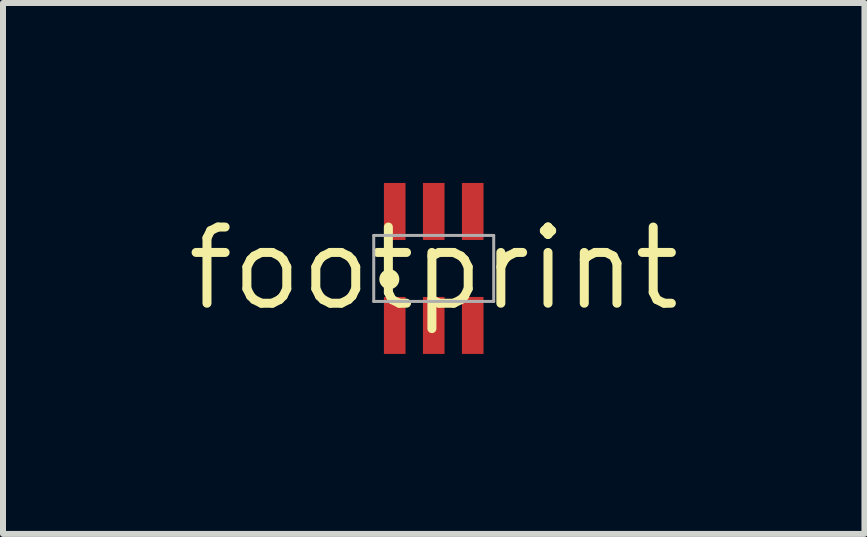
<source format=kicad_pcb>
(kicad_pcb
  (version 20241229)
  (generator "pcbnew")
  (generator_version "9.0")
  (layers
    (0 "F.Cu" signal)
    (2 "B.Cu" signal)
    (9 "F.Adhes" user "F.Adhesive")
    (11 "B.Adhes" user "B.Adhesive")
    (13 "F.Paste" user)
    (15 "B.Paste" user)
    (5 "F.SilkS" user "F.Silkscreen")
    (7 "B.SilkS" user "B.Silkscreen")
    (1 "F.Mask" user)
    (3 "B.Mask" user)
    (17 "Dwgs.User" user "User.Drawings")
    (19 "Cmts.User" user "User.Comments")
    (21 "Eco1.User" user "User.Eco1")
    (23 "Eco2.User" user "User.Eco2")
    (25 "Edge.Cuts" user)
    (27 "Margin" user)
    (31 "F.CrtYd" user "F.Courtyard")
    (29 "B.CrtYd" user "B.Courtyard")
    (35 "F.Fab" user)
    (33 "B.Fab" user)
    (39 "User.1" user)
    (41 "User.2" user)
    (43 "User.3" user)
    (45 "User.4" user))
  (footprint "footprint"
    (layer "F.Cu")
    (at 4.18 1.425)
    (property "Reference" "footprint" (at 0 0 0) (layer "F.SilkS") (effects (font (size 1.27 1.27) (thickness 0.15))))
    (fp_circle (center -0.74 0.18) (end -0.648 0.18) (stroke (width 0.15) (type solid)) (fill no) (layer "F.SilkS"))
    (fp_line (start -1 -0.55) (end -1 0.55) (stroke (width 0.05) (type solid)) (layer "F.Fab"))
    (fp_line (start -1 0.55) (end 1 0.55) (stroke (width 0.05) (type solid)) (layer "F.Fab"))
    (fp_line (start 1 -0.55) (end -1 -0.55) (stroke (width 0.05) (type solid)) (layer "F.Fab"))
    (fp_line (start 1 0.55) (end 1 -0.55) (stroke (width 0.05) (type solid)) (layer "F.Fab"))
    (pad "1" smd rect (at -0.65 0.95) (size 0.36 0.95) (layers "F.Cu" "F.Mask" "F.Paste"))
    (pad "2" smd rect (at 0 0.95) (size 0.36 0.95) (layers "F.Cu" "F.Mask" "F.Paste"))
    (pad "3" smd rect (at 0.65 0.95) (size 0.36 0.95) (layers "F.Cu" "F.Mask" "F.Paste"))
    (pad "4" smd rect (at 0.65 -0.95) (size 0.36 0.95) (layers "F.Cu" "F.Mask" "F.Paste"))
    (pad "5" smd rect (at 0 -0.95) (size 0.36 0.95) (layers "F.Cu" "F.Mask" "F.Paste"))
    (pad "6" smd rect (at -0.65 -0.95) (size 0.36 0.95) (layers "F.Cu" "F.Mask" "F.Paste")))
  (gr_rect
    (start -3 -3)
    (end 11.36 5.85)
    (stroke (width 0.1) (type default))
    (fill no)
    (layer "Edge.Cuts")))
</source>
